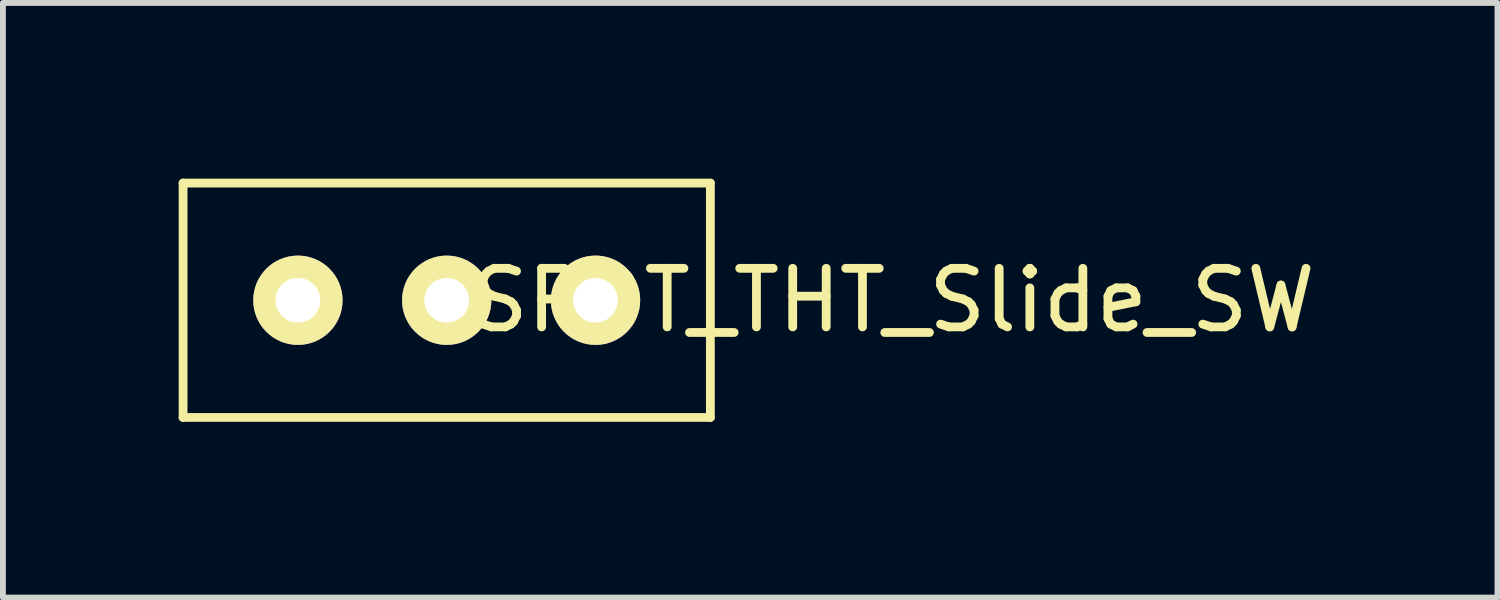
<source format=kicad_pcb>
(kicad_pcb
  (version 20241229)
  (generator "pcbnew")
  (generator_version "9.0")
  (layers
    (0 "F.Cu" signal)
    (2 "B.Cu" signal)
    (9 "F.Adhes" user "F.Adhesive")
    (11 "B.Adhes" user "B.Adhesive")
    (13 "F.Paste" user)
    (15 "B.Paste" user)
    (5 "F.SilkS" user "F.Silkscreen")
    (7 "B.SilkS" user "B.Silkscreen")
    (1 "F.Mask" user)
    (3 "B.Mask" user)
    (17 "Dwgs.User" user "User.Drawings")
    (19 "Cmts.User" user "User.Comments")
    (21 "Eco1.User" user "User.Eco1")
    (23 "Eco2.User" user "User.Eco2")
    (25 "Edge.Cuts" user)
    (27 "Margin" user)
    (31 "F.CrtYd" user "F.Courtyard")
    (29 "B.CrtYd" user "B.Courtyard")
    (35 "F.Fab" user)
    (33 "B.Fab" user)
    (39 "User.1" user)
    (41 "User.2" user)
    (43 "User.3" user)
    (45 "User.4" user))
  (footprint "SPDT_THT_Slide_SW"
    (layer "F.Cu")
    (at 4.575 2.075)
    (property "Reference" "SPDT_THT_Slide_SW" (at 7.62 0 0) (layer "F.SilkS") (effects (font (size 1 1) (thickness 0.15))))
    (attr through_hole)
    (fp_line (start -4.5 -2) (end -4.5 2) (stroke (width 0.15) (type solid)) (layer "F.SilkS"))
    (fp_line (start -4.5 -2) (end 4.5 -2) (stroke (width 0.15) (type solid)) (layer "F.SilkS"))
    (fp_line (start 4.5 -2) (end 4.5 2) (stroke (width 0.15) (type solid)) (layer "F.SilkS"))
    (fp_line (start 4.5 2) (end -4.5 2) (stroke (width 0.15) (type solid)) (layer "F.SilkS"))
    (pad "1" thru_hole circle (at -2.54 0) (size 1.524 1.524) (drill 0.762) (layers "*.Cu" "*.Mask" "F.SilkS"))
    (pad "2" thru_hole circle (at 0 0) (size 1.524 1.524) (drill 0.762) (layers "*.Cu" "*.Mask" "F.SilkS"))
    (pad "3" thru_hole circle (at 2.54 0) (size 1.524 1.524) (drill 0.762) (layers "*.Cu" "*.Mask" "F.SilkS")))
  (gr_rect
    (start -3 -3)
    (end 22.51 7.15)
    (stroke (width 0.1) (type default))
    (fill no)
    (layer "Edge.Cuts")))
</source>
